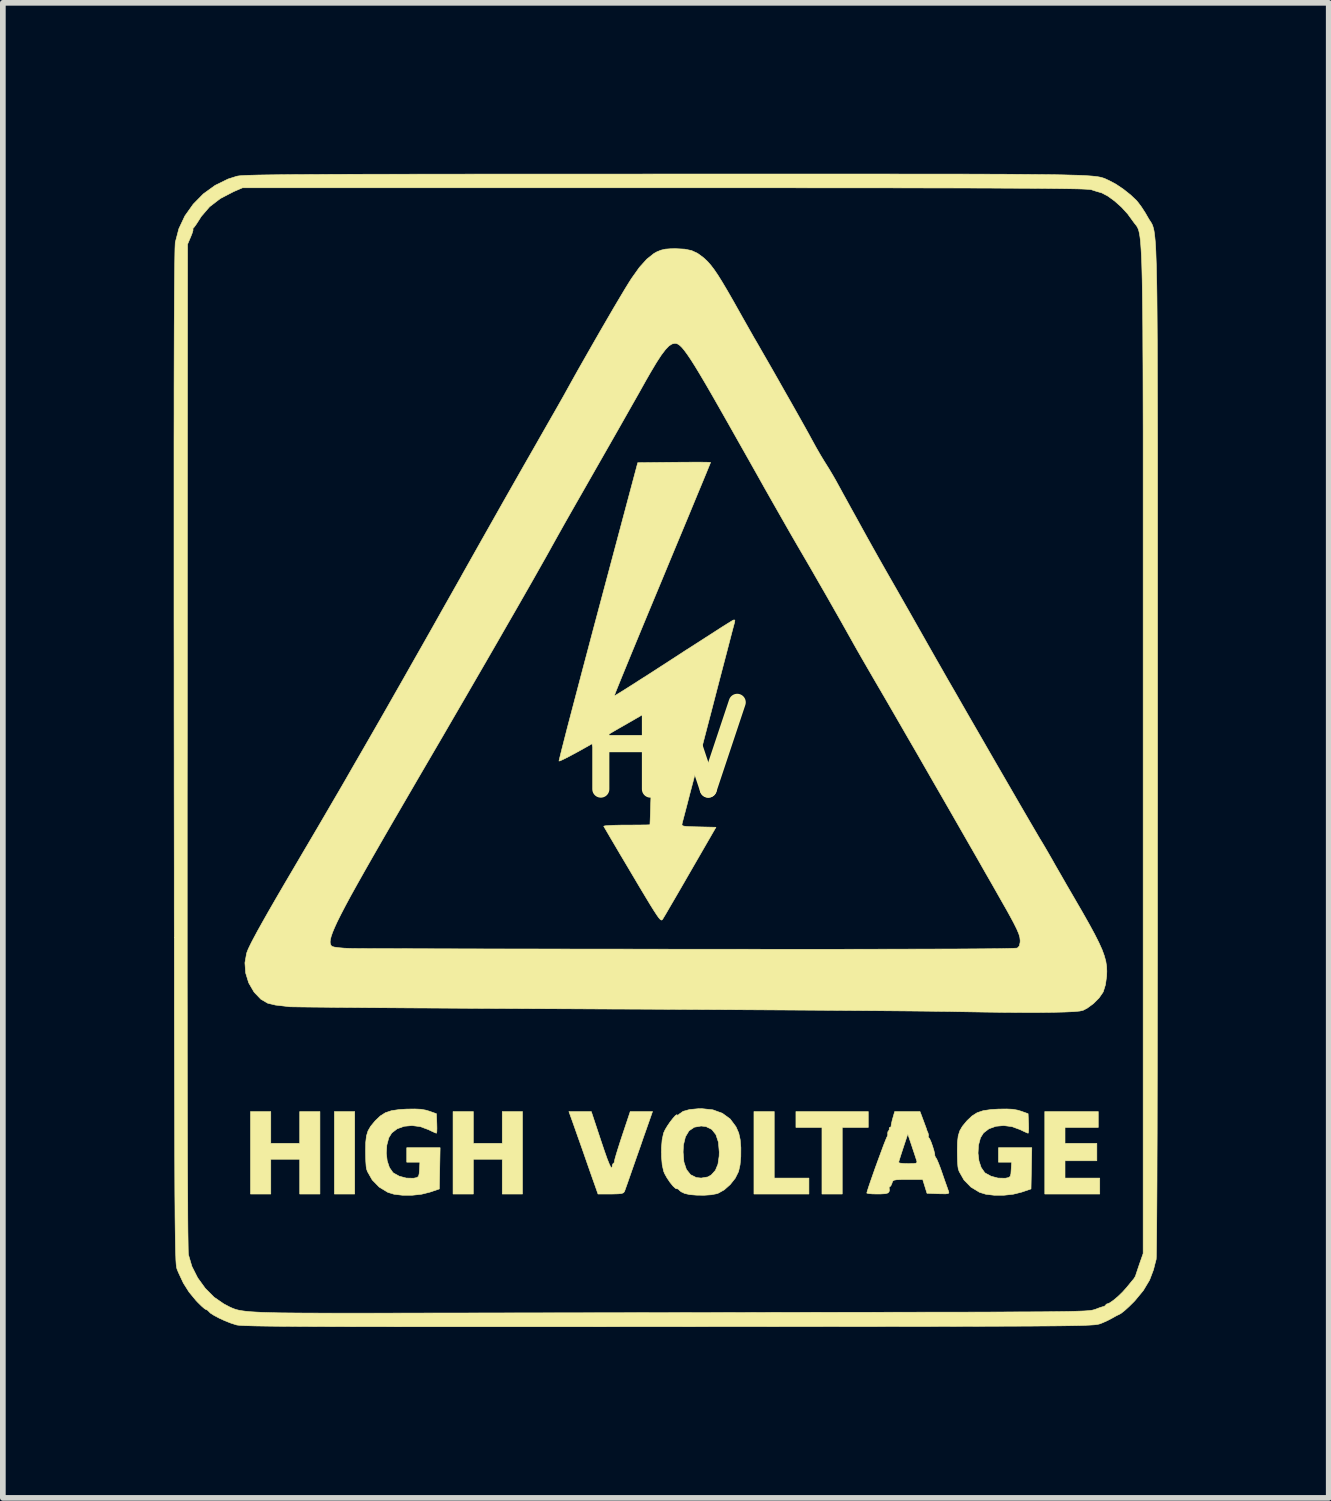
<source format=kicad_pcb>
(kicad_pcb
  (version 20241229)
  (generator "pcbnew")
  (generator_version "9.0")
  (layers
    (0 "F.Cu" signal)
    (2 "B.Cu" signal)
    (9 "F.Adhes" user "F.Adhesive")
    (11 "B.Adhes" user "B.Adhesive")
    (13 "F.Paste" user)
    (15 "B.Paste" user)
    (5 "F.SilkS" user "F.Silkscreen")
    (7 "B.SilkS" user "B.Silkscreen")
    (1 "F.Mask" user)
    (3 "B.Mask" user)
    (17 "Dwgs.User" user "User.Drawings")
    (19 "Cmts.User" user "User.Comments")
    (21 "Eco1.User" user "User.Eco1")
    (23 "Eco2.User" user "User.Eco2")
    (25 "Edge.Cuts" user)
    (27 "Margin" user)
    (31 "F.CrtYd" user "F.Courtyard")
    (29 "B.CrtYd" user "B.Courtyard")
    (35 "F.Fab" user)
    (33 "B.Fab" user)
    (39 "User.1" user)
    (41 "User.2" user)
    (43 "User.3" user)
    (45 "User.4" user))
  (footprint "HV"
    (layer "F.Cu")
    (at 8.587 10.115)
    (property "Reference" "HV" (at 0 0 0) (layer "F.SilkS") (effects (font (size 1.524 1.524) (thickness 0.3))))
    (attr through_hole)
    (fp_poly (pts (xy -5.41 7.798) (xy -5.766 7.798) (xy -5.766 6.35) (xy -5.41 6.35) (xy -5.41 7.798)) (stroke (width 0.01) (type solid)) (fill yes) (layer "F.SilkS"))
    (fp_poly (pts (xy 1.956 7.518) (xy 2.565 7.518) (xy 2.565 7.798) (xy 1.6 7.798) (xy 1.6 6.35) (xy 1.956 6.35) (xy 1.956 7.518)) (stroke (width 0.01) (type solid)) (fill yes) (layer "F.SilkS"))
    (fp_poly (pts (xy 3.607 6.629) (xy 3.15 6.629) (xy 3.15 7.798) (xy 2.794 7.798) (xy 2.794 6.629) (xy 2.337 6.629) (xy 2.337 6.35) (xy 3.607 6.35) (xy 3.607 6.629)) (stroke (width 0.01) (type solid)) (fill yes) (layer "F.SilkS"))
    (fp_poly (pts (xy -6.883 6.909) (xy -6.375 6.909) (xy -6.375 6.35) (xy -6.02 6.35) (xy -6.02 7.798) (xy -6.375 7.798) (xy -6.375 7.188) (xy -6.883 7.188) (xy -6.883 7.798) (xy -7.239 7.798) (xy -7.239 6.35) (xy -6.883 6.35) (xy -6.883 6.909)) (stroke (width 0.01) (type solid)) (fill yes) (layer "F.SilkS"))
    (fp_poly (pts (xy -3.327 6.909) (xy -2.819 6.909) (xy -2.819 6.35) (xy -2.464 6.35) (xy -2.464 7.798) (xy -2.819 7.798) (xy -2.819 7.188) (xy -3.327 7.188) (xy -3.327 7.798) (xy -3.683 7.798) (xy -3.683 6.35) (xy -3.327 6.35) (xy -3.327 6.909)) (stroke (width 0.01) (type solid)) (fill yes) (layer "F.SilkS"))
    (fp_poly (pts (xy 7.645 6.629) (xy 7.061 6.629) (xy 7.061 6.909) (xy 7.62 6.909) (xy 7.62 7.214) (xy 7.061 7.214) (xy 7.061 7.518) (xy 7.671 7.518) (xy 7.671 7.798) (xy 6.706 7.798) (xy 6.706 6.35) (xy 7.645 6.35) (xy 7.645 6.629)) (stroke (width 0.01) (type solid)) (fill yes) (layer "F.SilkS"))
    (fp_poly (pts (xy -1.092 6.845) (xy -1.028 7.035) (xy -0.978 7.177) (xy -0.939 7.274) (xy -0.912 7.329) (xy -0.896 7.341) (xy -0.889 7.315) (xy -0.889 7.303) (xy -0.878 7.269) (xy -0.869 7.264) (xy -0.852 7.243) (xy -0.849 7.22) (xy -0.841 7.182) (xy -0.819 7.105) (xy -0.786 6.998) (xy -0.745 6.869) (xy -0.71 6.763) (xy -0.572 6.35) (xy -0.376 6.35) (xy -0.181 6.35) (xy -0.232 6.496) (xy -0.256 6.564) (xy -0.293 6.67) (xy -0.341 6.805) (xy -0.394 6.96) (xy -0.452 7.124) (xy -0.47 7.176) (xy -0.525 7.333) (xy -0.575 7.476) (xy -0.617 7.597) (xy -0.65 7.689) (xy -0.669 7.743) (xy -0.673 7.753) (xy -0.689 7.775) (xy -0.723 7.789) (xy -0.785 7.795) (xy -0.884 7.798) (xy -0.915 7.798) (xy -1.138 7.798) (xy -1.176 7.69) (xy -1.196 7.633) (xy -1.23 7.538) (xy -1.274 7.413) (xy -1.325 7.267) (xy -1.38 7.109) (xy -1.392 7.074) (xy -1.448 6.915) (xy -1.501 6.766) (xy -1.547 6.635) (xy -1.583 6.533) (xy -1.607 6.467) (xy -1.61 6.458) (xy -1.649 6.35) (xy -1.256 6.35) (xy -1.092 6.845)) (stroke (width 0.01) (type solid)) (fill yes) (layer "F.SilkS"))
    (fp_poly (pts (xy -4.248 6.31) (xy -4.163 6.325) (xy -4.102 6.343) (xy -3.975 6.388) (xy -3.968 6.56) (xy -3.966 6.645) (xy -3.968 6.707) (xy -3.975 6.731) (xy -3.975 6.731) (xy -4.004 6.72) (xy -4.063 6.693) (xy -4.114 6.668) (xy -4.258 6.615) (xy -4.404 6.596) (xy -4.543 6.609) (xy -4.664 6.653) (xy -4.759 6.726) (xy -4.811 6.81) (xy -4.846 6.941) (xy -4.855 7.081) (xy -4.839 7.216) (xy -4.8 7.333) (xy -4.74 7.419) (xy -4.729 7.429) (xy -4.628 7.485) (xy -4.504 7.518) (xy -4.383 7.521) (xy -4.371 7.52) (xy -4.318 7.509) (xy -4.29 7.488) (xy -4.278 7.444) (xy -4.272 7.372) (xy -4.265 7.239) (xy -4.496 7.239) (xy -4.496 6.985) (xy -3.91 6.985) (xy -3.924 7.709) (xy -4.089 7.765) (xy -4.237 7.802) (xy -4.402 7.82) (xy -4.568 7.82) (xy -4.719 7.802) (xy -4.829 7.768) (xy -4.98 7.676) (xy -5.102 7.551) (xy -5.186 7.403) (xy -5.202 7.357) (xy -5.209 7.31) (xy -5.215 7.225) (xy -5.218 7.116) (xy -5.219 7.036) (xy -5.216 6.889) (xy -5.203 6.778) (xy -5.176 6.69) (xy -5.13 6.61) (xy -5.06 6.525) (xy -5.046 6.509) (xy -4.961 6.428) (xy -4.871 6.371) (xy -4.764 6.335) (xy -4.628 6.315) (xy -4.496 6.307) (xy -4.354 6.305) (xy -4.248 6.31)) (stroke (width 0.01) (type solid)) (fill yes) (layer "F.SilkS"))
    (fp_poly (pts (xy 6.141 6.31) (xy 6.226 6.325) (xy 6.287 6.343) (xy 6.413 6.388) (xy 6.421 6.56) (xy 6.423 6.645) (xy 6.42 6.707) (xy 6.414 6.731) (xy 6.414 6.731) (xy 6.385 6.72) (xy 6.326 6.693) (xy 6.275 6.668) (xy 6.13 6.615) (xy 5.984 6.596) (xy 5.846 6.609) (xy 5.725 6.653) (xy 5.63 6.726) (xy 5.577 6.81) (xy 5.542 6.941) (xy 5.534 7.081) (xy 5.55 7.216) (xy 5.589 7.333) (xy 5.649 7.419) (xy 5.659 7.429) (xy 5.761 7.485) (xy 5.884 7.518) (xy 6.006 7.521) (xy 6.018 7.52) (xy 6.071 7.509) (xy 6.099 7.488) (xy 6.111 7.444) (xy 6.116 7.372) (xy 6.124 7.239) (xy 5.893 7.239) (xy 5.893 6.985) (xy 6.478 6.985) (xy 6.464 7.709) (xy 6.299 7.765) (xy 6.151 7.802) (xy 5.986 7.82) (xy 5.82 7.82) (xy 5.67 7.802) (xy 5.56 7.768) (xy 5.409 7.676) (xy 5.287 7.551) (xy 5.203 7.403) (xy 5.187 7.357) (xy 5.18 7.31) (xy 5.174 7.225) (xy 5.171 7.116) (xy 5.17 7.036) (xy 5.173 6.889) (xy 5.186 6.778) (xy 5.213 6.69) (xy 5.259 6.61) (xy 5.329 6.525) (xy 5.343 6.509) (xy 5.428 6.428) (xy 5.518 6.371) (xy 5.624 6.335) (xy 5.76 6.315) (xy 5.893 6.307) (xy 6.035 6.305) (xy 6.141 6.31)) (stroke (width 0.01) (type solid)) (fill yes) (layer "F.SilkS"))
    (fp_poly (pts (xy 0.879 6.32) (xy 1.046 6.381) (xy 1.182 6.48) (xy 1.284 6.617) (xy 1.333 6.728) (xy 1.358 6.842) (xy 1.37 6.985) (xy 1.369 7.14) (xy 1.356 7.285) (xy 1.33 7.402) (xy 1.329 7.405) (xy 1.271 7.521) (xy 1.183 7.632) (xy 1.078 7.725) (xy 0.97 7.785) (xy 0.95 7.792) (xy 0.85 7.811) (xy 0.724 7.82) (xy 0.591 7.818) (xy 0.471 7.808) (xy 0.383 7.788) (xy 0.322 7.759) (xy 0.287 7.73) (xy 0.285 7.726) (xy 0.263 7.706) (xy 0.254 7.709) (xy 0.224 7.7) (xy 0.179 7.658) (xy 0.126 7.593) (xy 0.074 7.516) (xy 0.031 7.439) (xy 0.014 7.397) (xy -0.011 7.284) (xy -0.023 7.142) (xy -0.023 7.061) (xy 0.356 7.061) (xy 0.37 7.235) (xy 0.414 7.367) (xy 0.487 7.459) (xy 0.588 7.509) (xy 0.673 7.518) (xy 0.791 7.498) (xy 0.851 7.463) (xy 0.923 7.383) (xy 0.968 7.275) (xy 0.989 7.132) (xy 0.991 7.061) (xy 0.976 6.888) (xy 0.932 6.755) (xy 0.86 6.664) (xy 0.758 6.614) (xy 0.673 6.604) (xy 0.553 6.625) (xy 0.46 6.688) (xy 0.397 6.793) (xy 0.362 6.938) (xy 0.356 7.061) (xy -0.023 7.061) (xy -0.024 6.989) (xy -0.012 6.845) (xy 0.013 6.73) (xy 0.015 6.724) (xy 0.041 6.668) (xy 0.082 6.6) (xy 0.13 6.53) (xy 0.179 6.468) (xy 0.22 6.422) (xy 0.247 6.404) (xy 0.254 6.412) (xy 0.266 6.415) (xy 0.286 6.396) (xy 0.355 6.347) (xy 0.469 6.315) (xy 0.626 6.3) (xy 0.683 6.299) (xy 0.879 6.32)) (stroke (width 0.01) (type solid)) (fill yes) (layer "F.SilkS"))
    (fp_poly (pts (xy 4.544 6.426) (xy 4.574 6.507) (xy 4.603 6.585) (xy 4.625 6.644) (xy 4.635 6.678) (xy 4.636 6.68) (xy 4.648 6.71) (xy 4.656 6.725) (xy 4.666 6.768) (xy 4.661 6.782) (xy 4.661 6.805) (xy 4.668 6.807) (xy 4.685 6.829) (xy 4.71 6.885) (xy 4.736 6.958) (xy 4.759 7.033) (xy 4.774 7.094) (xy 4.775 7.122) (xy 4.788 7.156) (xy 4.794 7.16) (xy 4.811 7.189) (xy 4.84 7.256) (xy 4.876 7.35) (xy 4.908 7.442) (xy 4.947 7.555) (xy 4.982 7.653) (xy 5.007 7.724) (xy 5.018 7.754) (xy 5.022 7.777) (xy 5.008 7.79) (xy 4.966 7.795) (xy 4.887 7.794) (xy 4.837 7.793) (xy 4.638 7.785) (xy 4.563 7.544) (xy 4.301 7.544) (xy 4.184 7.544) (xy 4.107 7.547) (xy 4.062 7.555) (xy 4.039 7.569) (xy 4.028 7.592) (xy 4.024 7.607) (xy 4.003 7.655) (xy 3.984 7.671) (xy 3.97 7.686) (xy 3.974 7.694) (xy 3.978 7.735) (xy 3.972 7.757) (xy 3.953 7.779) (xy 3.909 7.792) (xy 3.829 7.797) (xy 3.769 7.798) (xy 3.679 7.796) (xy 3.612 7.79) (xy 3.582 7.782) (xy 3.581 7.78) (xy 3.59 7.747) (xy 3.612 7.677) (xy 3.646 7.577) (xy 3.688 7.457) (xy 3.734 7.326) (xy 3.764 7.245) (xy 4.14 7.245) (xy 4.163 7.255) (xy 4.224 7.262) (xy 4.307 7.264) (xy 4.396 7.263) (xy 4.444 7.257) (xy 4.462 7.243) (xy 4.459 7.218) (xy 4.458 7.216) (xy 4.443 7.17) (xy 4.417 7.09) (xy 4.384 6.992) (xy 4.372 6.955) (xy 4.301 6.744) (xy 4.221 6.985) (xy 4.187 7.089) (xy 4.16 7.174) (xy 4.143 7.23) (xy 4.14 7.245) (xy 3.764 7.245) (xy 3.783 7.192) (xy 3.83 7.065) (xy 3.872 6.951) (xy 3.907 6.862) (xy 3.931 6.804) (xy 3.94 6.787) (xy 3.95 6.76) (xy 3.947 6.745) (xy 3.951 6.704) (xy 3.961 6.694) (xy 3.977 6.663) (xy 3.974 6.653) (xy 3.978 6.631) (xy 3.986 6.629) (xy 4.008 6.616) (xy 4.007 6.61) (xy 4.011 6.577) (xy 4.025 6.512) (xy 4.036 6.471) (xy 4.071 6.35) (xy 4.515 6.35) (xy 4.544 6.426)) (stroke (width 0.01) (type solid)) (fill yes) (layer "F.SilkS"))
    (fp_poly (pts (xy 0.66 -5.051) (xy 0.76 -5.05) (xy 0.821 -5.048) (xy 0.838 -5.046) (xy 0.829 -5.022) (xy 0.801 -4.954) (xy 0.757 -4.846) (xy 0.697 -4.701) (xy 0.623 -4.523) (xy 0.537 -4.315) (xy 0.44 -4.08) (xy 0.333 -3.823) (xy 0.217 -3.545) (xy 0.095 -3.251) (xy -0.011 -2.995) (xy -0.138 -2.69) (xy -0.259 -2.399) (xy -0.373 -2.124) (xy -0.478 -1.87) (xy -0.573 -1.64) (xy -0.656 -1.437) (xy -0.727 -1.264) (xy -0.783 -1.126) (xy -0.824 -1.024) (xy -0.847 -0.963) (xy -0.853 -0.946) (xy -0.831 -0.958) (xy -0.77 -0.995) (xy -0.675 -1.054) (xy -0.55 -1.133) (xy -0.399 -1.23) (xy -0.226 -1.34) (xy -0.036 -1.463) (xy 0.168 -1.595) (xy 0.178 -1.601) (xy 0.383 -1.735) (xy 0.577 -1.859) (xy 0.754 -1.973) (xy 0.91 -2.073) (xy 1.04 -2.157) (xy 1.141 -2.22) (xy 1.209 -2.262) (xy 1.238 -2.279) (xy 1.238 -2.279) (xy 1.265 -2.279) (xy 1.261 -2.245) (xy 1.253 -2.213) (xy 1.232 -2.136) (xy 1.201 -2.018) (xy 1.161 -1.863) (xy 1.112 -1.675) (xy 1.055 -1.458) (xy 0.992 -1.217) (xy 0.924 -0.955) (xy 0.852 -0.677) (xy 0.801 -0.483) (xy 0.726 -0.195) (xy 0.655 0.078) (xy 0.589 0.335) (xy 0.528 0.569) (xy 0.473 0.777) (xy 0.427 0.956) (xy 0.389 1.101) (xy 0.361 1.207) (xy 0.344 1.271) (xy 0.34 1.288) (xy 0.335 1.312) (xy 0.342 1.328) (xy 0.368 1.339) (xy 0.421 1.345) (xy 0.509 1.349) (xy 0.629 1.352) (xy 0.933 1.359) (xy 0.482 2.14) (xy 0.376 2.324) (xy 0.277 2.495) (xy 0.188 2.648) (xy 0.112 2.778) (xy 0.053 2.88) (xy 0.012 2.948) (xy -0.004 2.975) (xy -0.015 2.986) (xy -0.028 2.988) (xy -0.046 2.976) (xy -0.072 2.947) (xy -0.108 2.896) (xy -0.157 2.821) (xy -0.222 2.717) (xy -0.304 2.581) (xy -0.408 2.408) (xy -0.534 2.195) (xy -0.534 2.195) (xy -0.645 2.008) (xy -0.748 1.835) (xy -0.839 1.68) (xy -0.917 1.548) (xy -0.977 1.445) (xy -1.018 1.375) (xy -1.037 1.343) (xy -1.037 1.341) (xy -1.016 1.334) (xy -0.953 1.329) (xy -0.855 1.324) (xy -0.731 1.321) (xy -0.637 1.321) (xy -0.499 1.32) (xy -0.381 1.319) (xy -0.291 1.318) (xy -0.237 1.316) (xy -0.226 1.314) (xy -0.225 1.288) (xy -0.222 1.218) (xy -0.218 1.11) (xy -0.214 0.972) (xy -0.208 0.809) (xy -0.202 0.628) (xy -0.196 0.436) (xy -0.19 0.239) (xy -0.184 0.044) (xy -0.178 -0.143) (xy -0.173 -0.314) (xy -0.169 -0.465) (xy -0.165 -0.587) (xy -0.163 -0.674) (xy -0.162 -0.721) (xy -0.162 -0.726) (xy -0.184 -0.715) (xy -0.245 -0.68) (xy -0.34 -0.626) (xy -0.465 -0.554) (xy -0.614 -0.468) (xy -0.784 -0.371) (xy -0.968 -0.264) (xy -0.991 -0.251) (xy -1.189 -0.137) (xy -1.368 -0.036) (xy -1.523 0.05) (xy -1.65 0.118) (xy -1.745 0.166) (xy -1.804 0.193) (xy -1.823 0.196) (xy -1.817 0.168) (xy -1.799 0.094) (xy -1.77 -0.023) (xy -1.73 -0.179) (xy -1.681 -0.371) (xy -1.622 -0.596) (xy -1.555 -0.851) (xy -1.481 -1.132) (xy -1.401 -1.436) (xy -1.315 -1.76) (xy -1.225 -2.101) (xy -1.135 -2.438) (xy -0.44 -5.042) (xy 0.199 -5.049) (xy 0.373 -5.05) (xy 0.529 -5.051) (xy 0.66 -5.051)) (stroke (width 0.01) (type solid)) (fill yes) (layer "F.SilkS"))
    (fp_poly (pts (xy 0.384 -8.791) (xy 0.505 -8.766) (xy 0.609 -8.718) (xy 0.711 -8.643) (xy 0.737 -8.62) (xy 0.791 -8.568) (xy 0.845 -8.506) (xy 0.902 -8.431) (xy 0.966 -8.337) (xy 1.041 -8.217) (xy 1.13 -8.067) (xy 1.237 -7.881) (xy 1.305 -7.76) (xy 1.387 -7.614) (xy 1.463 -7.48) (xy 1.528 -7.365) (xy 1.578 -7.277) (xy 1.608 -7.223) (xy 1.614 -7.214) (xy 1.669 -7.12) (xy 1.741 -6.994) (xy 1.828 -6.843) (xy 1.925 -6.674) (xy 2.028 -6.493) (xy 2.133 -6.307) (xy 2.238 -6.123) (xy 2.338 -5.946) (xy 2.429 -5.784) (xy 2.508 -5.643) (xy 2.57 -5.531) (xy 2.613 -5.452) (xy 2.625 -5.43) (xy 2.692 -5.308) (xy 2.768 -5.176) (xy 2.839 -5.059) (xy 2.85 -5.042) (xy 2.92 -4.93) (xy 2.993 -4.807) (xy 3.054 -4.7) (xy 3.054 -4.699) (xy 3.11 -4.597) (xy 3.166 -4.494) (xy 3.207 -4.42) (xy 3.24 -4.36) (xy 3.292 -4.265) (xy 3.358 -4.146) (xy 3.432 -4.012) (xy 3.494 -3.899) (xy 3.579 -3.745) (xy 3.681 -3.562) (xy 3.791 -3.366) (xy 3.901 -3.172) (xy 4.001 -2.997) (xy 4.096 -2.831) (xy 4.208 -2.634) (xy 4.33 -2.42) (xy 4.454 -2.201) (xy 4.572 -1.993) (xy 4.636 -1.88) (xy 4.705 -1.758) (xy 4.792 -1.605) (xy 4.895 -1.425) (xy 5.011 -1.221) (xy 5.139 -1) (xy 5.274 -0.764) (xy 5.415 -0.519) (xy 5.56 -0.268) (xy 5.705 -0.016) (xy 5.848 0.232) (xy 5.987 0.472) (xy 6.119 0.7) (xy 6.241 0.911) (xy 6.352 1.102) (xy 6.448 1.267) (xy 6.527 1.402) (xy 6.586 1.503) (xy 6.623 1.566) (xy 6.629 1.575) (xy 6.664 1.633) (xy 6.715 1.719) (xy 6.772 1.817) (xy 6.826 1.911) (xy 6.868 1.985) (xy 6.883 2.012) (xy 6.907 2.054) (xy 6.952 2.132) (xy 7.014 2.24) (xy 7.089 2.371) (xy 7.174 2.517) (xy 7.228 2.61) (xy 7.37 2.855) (xy 7.487 3.062) (xy 7.582 3.237) (xy 7.656 3.384) (xy 7.712 3.508) (xy 7.751 3.615) (xy 7.777 3.71) (xy 7.791 3.799) (xy 7.795 3.885) (xy 7.792 3.971) (xy 7.771 4.124) (xy 7.733 4.246) (xy 7.726 4.259) (xy 7.658 4.357) (xy 7.56 4.455) (xy 7.451 4.535) (xy 7.378 4.573) (xy 7.319 4.586) (xy 7.21 4.596) (xy 7.055 4.603) (xy 6.855 4.608) (xy 6.61 4.611) (xy 6.325 4.611) (xy 5.999 4.609) (xy 5.635 4.604) (xy 5.236 4.597) (xy 5.169 4.596) (xy 5.036 4.593) (xy 4.856 4.591) (xy 4.631 4.588) (xy 4.364 4.585) (xy 4.059 4.582) (xy 3.718 4.579) (xy 3.345 4.576) (xy 2.942 4.573) (xy 2.512 4.57) (xy 2.06 4.567) (xy 1.586 4.564) (xy 1.096 4.561) (xy 0.591 4.558) (xy 0.075 4.555) (xy -0.45 4.552) (xy -0.979 4.55) (xy -1.168 4.549) (xy -1.684 4.546) (xy -2.186 4.544) (xy -2.674 4.541) (xy -3.144 4.539) (xy -3.594 4.536) (xy -4.022 4.533) (xy -4.425 4.531) (xy -4.8 4.528) (xy -5.146 4.526) (xy -5.46 4.523) (xy -5.739 4.521) (xy -5.982 4.518) (xy -6.185 4.516) (xy -6.346 4.514) (xy -6.463 4.512) (xy -6.533 4.511) (xy -6.553 4.51) (xy -6.651 4.498) (xy -6.762 4.485) (xy -6.8 4.481) (xy -6.937 4.448) (xy -7.057 4.378) (xy -7.167 4.263) (xy -7.18 4.247) (xy -7.271 4.09) (xy -7.324 3.917) (xy -7.337 3.739) (xy -7.307 3.57) (xy -7.302 3.556) (xy -7.279 3.497) (xy -7.241 3.418) (xy -7.219 3.374) (xy -5.841 3.374) (xy -5.837 3.407) (xy -5.826 3.432) (xy -5.809 3.45) (xy -5.771 3.462) (xy -5.694 3.473) (xy -5.591 3.482) (xy -5.498 3.486) (xy -5.446 3.487) (xy -5.346 3.488) (xy -5.2 3.489) (xy -5.011 3.49) (xy -4.781 3.49) (xy -4.511 3.491) (xy -4.206 3.492) (xy -3.867 3.493) (xy -3.496 3.494) (xy -3.096 3.495) (xy -2.67 3.496) (xy -2.219 3.496) (xy -1.747 3.497) (xy -1.255 3.498) (xy -0.747 3.498) (xy -0.224 3.499) (xy 0.311 3.5) (xy 0.478 3.5) (xy 1.2 3.5) (xy 1.871 3.501) (xy 2.493 3.501) (xy 3.065 3.501) (xy 3.587 3.5) (xy 4.062 3.499) (xy 4.488 3.498) (xy 4.866 3.497) (xy 5.197 3.496) (xy 5.481 3.494) (xy 5.718 3.492) (xy 5.91 3.49) (xy 6.056 3.487) (xy 6.156 3.484) (xy 6.212 3.481) (xy 6.225 3.479) (xy 6.259 3.443) (xy 6.273 3.378) (xy 6.274 3.347) (xy 6.268 3.293) (xy 6.249 3.228) (xy 6.213 3.144) (xy 6.157 3.032) (xy 6.091 2.91) (xy 6.046 2.828) (xy 5.977 2.707) (xy 5.888 2.55) (xy 5.782 2.363) (xy 5.659 2.149) (xy 5.525 1.913) (xy 5.379 1.659) (xy 5.226 1.392) (xy 5.068 1.116) (xy 4.907 0.836) (xy 4.745 0.555) (xy 4.586 0.278) (xy 4.432 0.01) (xy 4.284 -0.245) (xy 4.147 -0.483) (xy 4.022 -0.699) (xy 3.912 -0.889) (xy 3.819 -1.049) (xy 3.786 -1.105) (xy 3.69 -1.27) (xy 3.592 -1.439) (xy 3.499 -1.6) (xy 3.417 -1.743) (xy 3.353 -1.856) (xy 3.34 -1.88) (xy 3.244 -2.051) (xy 3.13 -2.254) (xy 3.002 -2.479) (xy 2.868 -2.715) (xy 2.732 -2.951) (xy 2.603 -3.176) (xy 2.485 -3.379) (xy 2.385 -3.55) (xy 2.374 -3.569) (xy 2.319 -3.664) (xy 2.242 -3.797) (xy 2.148 -3.962) (xy 2.039 -4.153) (xy 1.919 -4.364) (xy 1.792 -4.588) (xy 1.662 -4.82) (xy 1.537 -5.042) (xy 1.337 -5.396) (xy 1.161 -5.708) (xy 1.006 -5.981) (xy 0.871 -6.218) (xy 0.754 -6.42) (xy 0.653 -6.591) (xy 0.567 -6.733) (xy 0.494 -6.848) (xy 0.432 -6.94) (xy 0.38 -7.011) (xy 0.337 -7.063) (xy 0.3 -7.099) (xy 0.268 -7.122) (xy 0.239 -7.134) (xy 0.212 -7.137) (xy 0.21 -7.137) (xy 0.161 -7.126) (xy 0.107 -7.091) (xy 0.046 -7.027) (xy -0.027 -6.931) (xy -0.113 -6.799) (xy -0.215 -6.628) (xy -0.302 -6.476) (xy -0.428 -6.251) (xy -0.579 -5.985) (xy -0.753 -5.678) (xy -0.949 -5.334) (xy -1.166 -4.954) (xy -1.402 -4.54) (xy -1.529 -4.318) (xy -1.627 -4.146) (xy -1.737 -3.952) (xy -1.848 -3.754) (xy -1.95 -3.571) (xy -1.993 -3.493) (xy -2.068 -3.359) (xy -2.166 -3.186) (xy -2.284 -2.977) (xy -2.42 -2.739) (xy -2.572 -2.473) (xy -2.737 -2.187) (xy -2.912 -1.882) (xy -3.095 -1.565) (xy -3.284 -1.239) (xy -3.475 -0.909) (xy -3.667 -0.579) (xy -3.856 -0.253) (xy -4.026 0.038) (xy -4.287 0.485) (xy -4.523 0.891) (xy -4.736 1.257) (xy -4.926 1.586) (xy -5.094 1.879) (xy -5.242 2.139) (xy -5.371 2.368) (xy -5.482 2.568) (xy -5.575 2.741) (xy -5.652 2.889) (xy -5.715 3.015) (xy -5.763 3.12) (xy -5.799 3.206) (xy -5.823 3.276) (xy -5.837 3.331) (xy -5.841 3.374) (xy -7.219 3.374) (xy -7.188 3.315) (xy -7.119 3.186) (xy -7.031 3.028) (xy -6.924 2.839) (xy -6.795 2.615) (xy -6.644 2.356) (xy -6.468 2.057) (xy -6.349 1.854) (xy -6.2 1.601) (xy -6.065 1.372) (xy -5.94 1.158) (xy -5.82 0.952) (xy -5.7 0.747) (xy -5.577 0.535) (xy -5.447 0.308) (xy -5.303 0.059) (xy -5.143 -0.219) (xy -4.977 -0.508) (xy -4.855 -0.721) (xy -4.713 -0.971) (xy -4.555 -1.248) (xy -4.387 -1.545) (xy -4.212 -1.853) (xy -4.036 -2.164) (xy -3.864 -2.47) (xy -3.699 -2.762) (xy -3.546 -3.033) (xy -3.531 -3.061) (xy -3.343 -3.395) (xy -3.165 -3.711) (xy -2.991 -4.019) (xy -2.816 -4.329) (xy -2.633 -4.651) (xy -2.438 -4.994) (xy -2.224 -5.368) (xy -2.164 -5.474) (xy -2.064 -5.649) (xy -1.97 -5.814) (xy -1.885 -5.962) (xy -1.813 -6.089) (xy -1.758 -6.186) (xy -1.723 -6.248) (xy -1.716 -6.261) (xy -1.607 -6.458) (xy -1.488 -6.671) (xy -1.361 -6.894) (xy -1.231 -7.122) (xy -1.102 -7.347) (xy -0.976 -7.564) (xy -0.858 -7.767) (xy -0.751 -7.947) (xy -0.659 -8.101) (xy -0.585 -8.221) (xy -0.547 -8.28) (xy -0.411 -8.471) (xy -0.281 -8.615) (xy -0.157 -8.714) (xy -0.106 -8.743) (xy -0.032 -8.773) (xy 0.044 -8.791) (xy 0.14 -8.798) (xy 0.229 -8.799) (xy 0.384 -8.791)) (stroke (width 0.01) (type solid)) (fill yes) (layer "F.SilkS"))
    (fp_poly (pts (xy 3.266 -10.11) (xy 3.769 -10.11) (xy 4.232 -10.109) (xy 4.656 -10.109) (xy 5.043 -10.109) (xy 5.395 -10.108) (xy 5.714 -10.107) (xy 6.002 -10.106) (xy 6.26 -10.104) (xy 6.49 -10.102) (xy 6.693 -10.1) (xy 6.873 -10.098) (xy 7.029 -10.095) (xy 7.165 -10.091) (xy 7.281 -10.088) (xy 7.38 -10.084) (xy 7.464 -10.079) (xy 7.533 -10.074) (xy 7.591 -10.068) (xy 7.638 -10.062) (xy 7.676 -10.055) (xy 7.708 -10.047) (xy 7.734 -10.039) (xy 7.757 -10.031) (xy 7.779 -10.021) (xy 7.8 -10.011) (xy 7.824 -10) (xy 7.835 -9.995) (xy 7.954 -9.932) (xy 8.085 -9.844) (xy 8.211 -9.744) (xy 8.315 -9.646) (xy 8.341 -9.615) (xy 8.403 -9.532) (xy 8.471 -9.427) (xy 8.521 -9.34) (xy 8.536 -9.314) (xy 8.55 -9.293) (xy 8.563 -9.273) (xy 8.575 -9.254) (xy 8.586 -9.234) (xy 8.597 -9.211) (xy 8.606 -9.184) (xy 8.615 -9.151) (xy 8.624 -9.111) (xy 8.631 -9.063) (xy 8.638 -9.003) (xy 8.645 -8.931) (xy 8.651 -8.846) (xy 8.656 -8.745) (xy 8.66 -8.628) (xy 8.665 -8.492) (xy 8.668 -8.336) (xy 8.672 -8.158) (xy 8.675 -7.957) (xy 8.677 -7.731) (xy 8.679 -7.479) (xy 8.681 -7.199) (xy 8.682 -6.889) (xy 8.683 -6.548) (xy 8.684 -6.174) (xy 8.685 -5.766) (xy 8.686 -5.322) (xy 8.686 -4.84) (xy 8.686 -4.32) (xy 8.686 -3.758) (xy 8.686 -3.154) (xy 8.686 -2.507) (xy 8.686 -1.813) (xy 8.686 -1.073) (xy 8.686 -0.284) (xy 8.686 0) (xy 8.686 0.862) (xy 8.685 1.685) (xy 8.685 2.466) (xy 8.685 3.206) (xy 8.684 3.904) (xy 8.683 4.559) (xy 8.682 5.171) (xy 8.681 5.74) (xy 8.68 6.264) (xy 8.679 6.743) (xy 8.677 7.177) (xy 8.676 7.565) (xy 8.674 7.906) (xy 8.672 8.2) (xy 8.67 8.446) (xy 8.668 8.644) (xy 8.666 8.793) (xy 8.664 8.893) (xy 8.662 8.942) (xy 8.661 8.947) (xy 8.637 9.038) (xy 8.615 9.126) (xy 8.614 9.129) (xy 8.546 9.308) (xy 8.436 9.492) (xy 8.288 9.671) (xy 8.266 9.694) (xy 8.183 9.776) (xy 8.107 9.845) (xy 8.047 9.892) (xy 8.025 9.905) (xy 7.958 9.938) (xy 7.887 9.978) (xy 7.817 10.015) (xy 7.727 10.056) (xy 7.684 10.073) (xy 7.67 10.078) (xy 7.655 10.082) (xy 7.636 10.086) (xy 7.611 10.09) (xy 7.579 10.094) (xy 7.537 10.097) (xy 7.485 10.1) (xy 7.421 10.103) (xy 7.342 10.106) (xy 7.247 10.108) (xy 7.135 10.11) (xy 7.003 10.112) (xy 6.85 10.114) (xy 6.673 10.115) (xy 6.472 10.117) (xy 6.245 10.118) (xy 5.989 10.119) (xy 5.704 10.12) (xy 5.386 10.121) (xy 5.036 10.122) (xy 4.65 10.123) (xy 4.227 10.123) (xy 3.766 10.124) (xy 3.264 10.124) (xy 2.72 10.125) (xy 2.132 10.125) (xy 1.499 10.126) (xy 0.818 10.126) (xy 0.102 10.127) (xy -0.637 10.127) (xy -1.327 10.128) (xy -1.969 10.128) (xy -2.565 10.128) (xy -3.118 10.128) (xy -3.627 10.128) (xy -4.097 10.128) (xy -4.527 10.128) (xy -4.919 10.127) (xy -5.276 10.127) (xy -5.599 10.126) (xy -5.89 10.125) (xy -6.15 10.124) (xy -6.381 10.123) (xy -6.584 10.121) (xy -6.762 10.12) (xy -6.916 10.118) (xy -7.048 10.116) (xy -7.159 10.114) (xy -7.251 10.111) (xy -7.326 10.109) (xy -7.385 10.106) (xy -7.431 10.103) (xy -7.464 10.1) (xy -7.486 10.096) (xy -7.493 10.094) (xy -7.586 10.064) (xy -7.69 10.023) (xy -7.792 9.976) (xy -7.88 9.929) (xy -7.944 9.888) (xy -7.969 9.862) (xy -8.001 9.832) (xy -8.014 9.83) (xy -8.045 9.812) (xy -8.099 9.765) (xy -8.168 9.697) (xy -8.198 9.665) (xy -8.319 9.518) (xy -8.418 9.361) (xy -8.505 9.175) (xy -8.528 9.119) (xy -8.532 9.106) (xy -8.536 9.09) (xy -8.539 9.069) (xy -8.543 9.04) (xy -8.546 9.002) (xy -8.549 8.954) (xy -8.551 8.894) (xy -8.554 8.82) (xy -8.556 8.732) (xy -8.558 8.626) (xy -8.56 8.502) (xy -8.562 8.359) (xy -8.564 8.194) (xy -8.565 8.006) (xy -8.567 7.793) (xy -8.568 7.554) (xy -8.569 7.288) (xy -8.57 6.992) (xy -8.571 6.665) (xy -8.572 6.305) (xy -8.573 5.912) (xy -8.574 5.483) (xy -8.575 5.016) (xy -8.576 4.51) (xy -8.576 3.965) (xy -8.577 3.377) (xy -8.578 2.745) (xy -8.578 2.525) (xy -8.35 2.525) (xy -8.35 3.291) (xy -8.35 4.007) (xy -8.349 4.673) (xy -8.349 5.289) (xy -8.348 5.856) (xy -8.347 6.374) (xy -8.346 6.842) (xy -8.345 7.261) (xy -8.343 7.631) (xy -8.341 7.952) (xy -8.34 8.225) (xy -8.338 8.449) (xy -8.335 8.625) (xy -8.333 8.753) (xy -8.331 8.834) (xy -8.328 8.865) (xy -8.268 9.069) (xy -8.167 9.269) (xy -8.034 9.453) (xy -7.878 9.61) (xy -7.706 9.728) (xy -7.683 9.74) (xy -7.643 9.761) (xy -7.607 9.78) (xy -7.572 9.796) (xy -7.536 9.811) (xy -7.496 9.825) (xy -7.449 9.837) (xy -7.394 9.847) (xy -7.327 9.856) (xy -7.246 9.864) (xy -7.149 9.87) (xy -7.032 9.876) (xy -6.894 9.88) (xy -6.732 9.884) (xy -6.542 9.886) (xy -6.323 9.888) (xy -6.073 9.889) (xy -5.788 9.89) (xy -5.466 9.89) (xy -5.104 9.89) (xy -4.7 9.889) (xy -4.251 9.888) (xy -3.755 9.887) (xy -3.55 9.887) (xy -3.037 9.886) (xy -2.48 9.885) (xy -1.89 9.884) (xy -1.273 9.883) (xy -0.638 9.882) (xy 0.007 9.881) (xy 0.654 9.88) (xy 1.293 9.879) (xy 1.919 9.877) (xy 2.521 9.876) (xy 3.092 9.875) (xy 3.623 9.875) (xy 3.797 9.874) (xy 4.303 9.873) (xy 4.761 9.872) (xy 5.173 9.872) (xy 5.542 9.871) (xy 5.869 9.87) (xy 6.159 9.868) (xy 6.413 9.867) (xy 6.633 9.866) (xy 6.823 9.864) (xy 6.985 9.862) (xy 7.121 9.86) (xy 7.233 9.857) (xy 7.325 9.854) (xy 7.399 9.851) (xy 7.457 9.847) (xy 7.501 9.843) (xy 7.536 9.838) (xy 7.561 9.832) (xy 7.582 9.826) (xy 7.595 9.822) (xy 7.668 9.794) (xy 7.725 9.776) (xy 7.741 9.773) (xy 7.77 9.757) (xy 7.772 9.749) (xy 7.792 9.729) (xy 7.799 9.728) (xy 7.843 9.711) (xy 7.91 9.665) (xy 7.989 9.599) (xy 8.069 9.522) (xy 8.139 9.444) (xy 8.141 9.442) (xy 8.198 9.372) (xy 8.245 9.315) (xy 8.268 9.288) (xy 8.295 9.245) (xy 8.3 9.232) (xy 8.311 9.198) (xy 8.334 9.129) (xy 8.364 9.04) (xy 8.369 9.025) (xy 8.433 8.843) (xy 8.433 0.023) (xy 8.433 -0.783) (xy 8.433 -1.54) (xy 8.433 -2.249) (xy 8.433 -2.912) (xy 8.433 -3.53) (xy 8.433 -4.106) (xy 8.433 -4.641) (xy 8.433 -5.135) (xy 8.433 -5.592) (xy 8.432 -6.012) (xy 8.431 -6.397) (xy 8.43 -6.749) (xy 8.428 -7.069) (xy 8.427 -7.359) (xy 8.425 -7.62) (xy 8.422 -7.854) (xy 8.419 -8.063) (xy 8.416 -8.248) (xy 8.412 -8.41) (xy 8.408 -8.552) (xy 8.403 -8.675) (xy 8.397 -8.78) (xy 8.391 -8.869) (xy 8.385 -8.944) (xy 8.377 -9.006) (xy 8.369 -9.057) (xy 8.36 -9.099) (xy 8.351 -9.132) (xy 8.34 -9.159) (xy 8.329 -9.181) (xy 8.317 -9.2) (xy 8.304 -9.217) (xy 8.29 -9.234) (xy 8.276 -9.252) (xy 8.26 -9.274) (xy 8.249 -9.289) (xy 8.16 -9.411) (xy 8.052 -9.529) (xy 7.933 -9.635) (xy 7.815 -9.721) (xy 7.708 -9.778) (xy 7.653 -9.794) (xy 7.611 -9.806) (xy 7.545 -9.827) (xy 7.526 -9.834) (xy 7.51 -9.837) (xy 7.479 -9.84) (xy 7.433 -9.843) (xy 7.369 -9.846) (xy 7.287 -9.849) (xy 7.184 -9.851) (xy 7.059 -9.853) (xy 6.91 -9.855) (xy 6.736 -9.857) (xy 6.535 -9.859) (xy 6.305 -9.86) (xy 6.046 -9.861) (xy 5.755 -9.863) (xy 5.431 -9.864) (xy 5.071 -9.865) (xy 4.676 -9.865) (xy 4.242 -9.866) (xy 3.768 -9.867) (xy 3.254 -9.867) (xy 2.696 -9.867) (xy 2.094 -9.868) (xy 1.446 -9.868) (xy 0.751 -9.868) (xy 0.025 -9.868) (xy -7.379 -9.868) (xy -7.535 -9.801) (xy -7.768 -9.68) (xy -7.957 -9.535) (xy -8.105 -9.363) (xy -8.147 -9.296) (xy -8.191 -9.228) (xy -8.227 -9.178) (xy -8.241 -9.163) (xy -8.254 -9.146) (xy -8.249 -9.144) (xy -8.248 -9.123) (xy -8.264 -9.069) (xy -8.287 -9.011) (xy -8.344 -8.877) (xy -8.349 -0.076) (xy -8.35 0.841) (xy -8.35 1.708) (xy -8.35 2.525) (xy -8.578 2.525) (xy -8.578 2.068) (xy -8.579 1.345) (xy -8.58 0.573) (xy -8.58 0.14) (xy -8.581 -0.719) (xy -8.581 -1.527) (xy -8.582 -2.288) (xy -8.582 -3) (xy -8.582 -3.666) (xy -8.582 -4.287) (xy -8.582 -4.863) (xy -8.582 -5.395) (xy -8.581 -5.886) (xy -8.581 -6.335) (xy -8.58 -6.745) (xy -8.579 -7.115) (xy -8.578 -7.447) (xy -8.576 -7.743) (xy -8.575 -8.002) (xy -8.573 -8.227) (xy -8.571 -8.418) (xy -8.569 -8.577) (xy -8.567 -8.704) (xy -8.565 -8.801) (xy -8.562 -8.868) (xy -8.56 -8.907) (xy -8.559 -8.912) (xy -8.497 -9.149) (xy -8.391 -9.374) (xy -8.245 -9.58) (xy -8.067 -9.761) (xy -7.861 -9.91) (xy -7.633 -10.022) (xy -7.482 -10.07) (xy -7.463 -10.074) (xy -7.435 -10.078) (xy -7.397 -10.081) (xy -7.346 -10.084) (xy -7.282 -10.087) (xy -7.202 -10.089) (xy -7.104 -10.092) (xy -6.988 -10.094) (xy -6.851 -10.096) (xy -6.692 -10.098) (xy -6.508 -10.1) (xy -6.299 -10.101) (xy -6.063 -10.102) (xy -5.797 -10.104) (xy -5.5 -10.105) (xy -5.171 -10.106) (xy -4.808 -10.106) (xy -4.408 -10.107) (xy -3.972 -10.108) (xy -3.495 -10.108) (xy -2.978 -10.109) (xy -2.418 -10.109) (xy -1.813 -10.109) (xy -1.162 -10.109) (xy -0.464 -10.109) (xy 0.087 -10.11) (xy 0.818 -10.11) (xy 1.499 -10.11) (xy 2.133 -10.11) (xy 2.722 -10.11) (xy 3.266 -10.11)) (stroke (width 0.01) (type solid)) (fill yes) (layer "F.SilkS")))
  (gr_rect
    (start -3 -3)
    (end 20.278 23.248)
    (stroke (width 0.1) (type default))
    (fill no)
    (layer "Edge.Cuts")))
</source>
